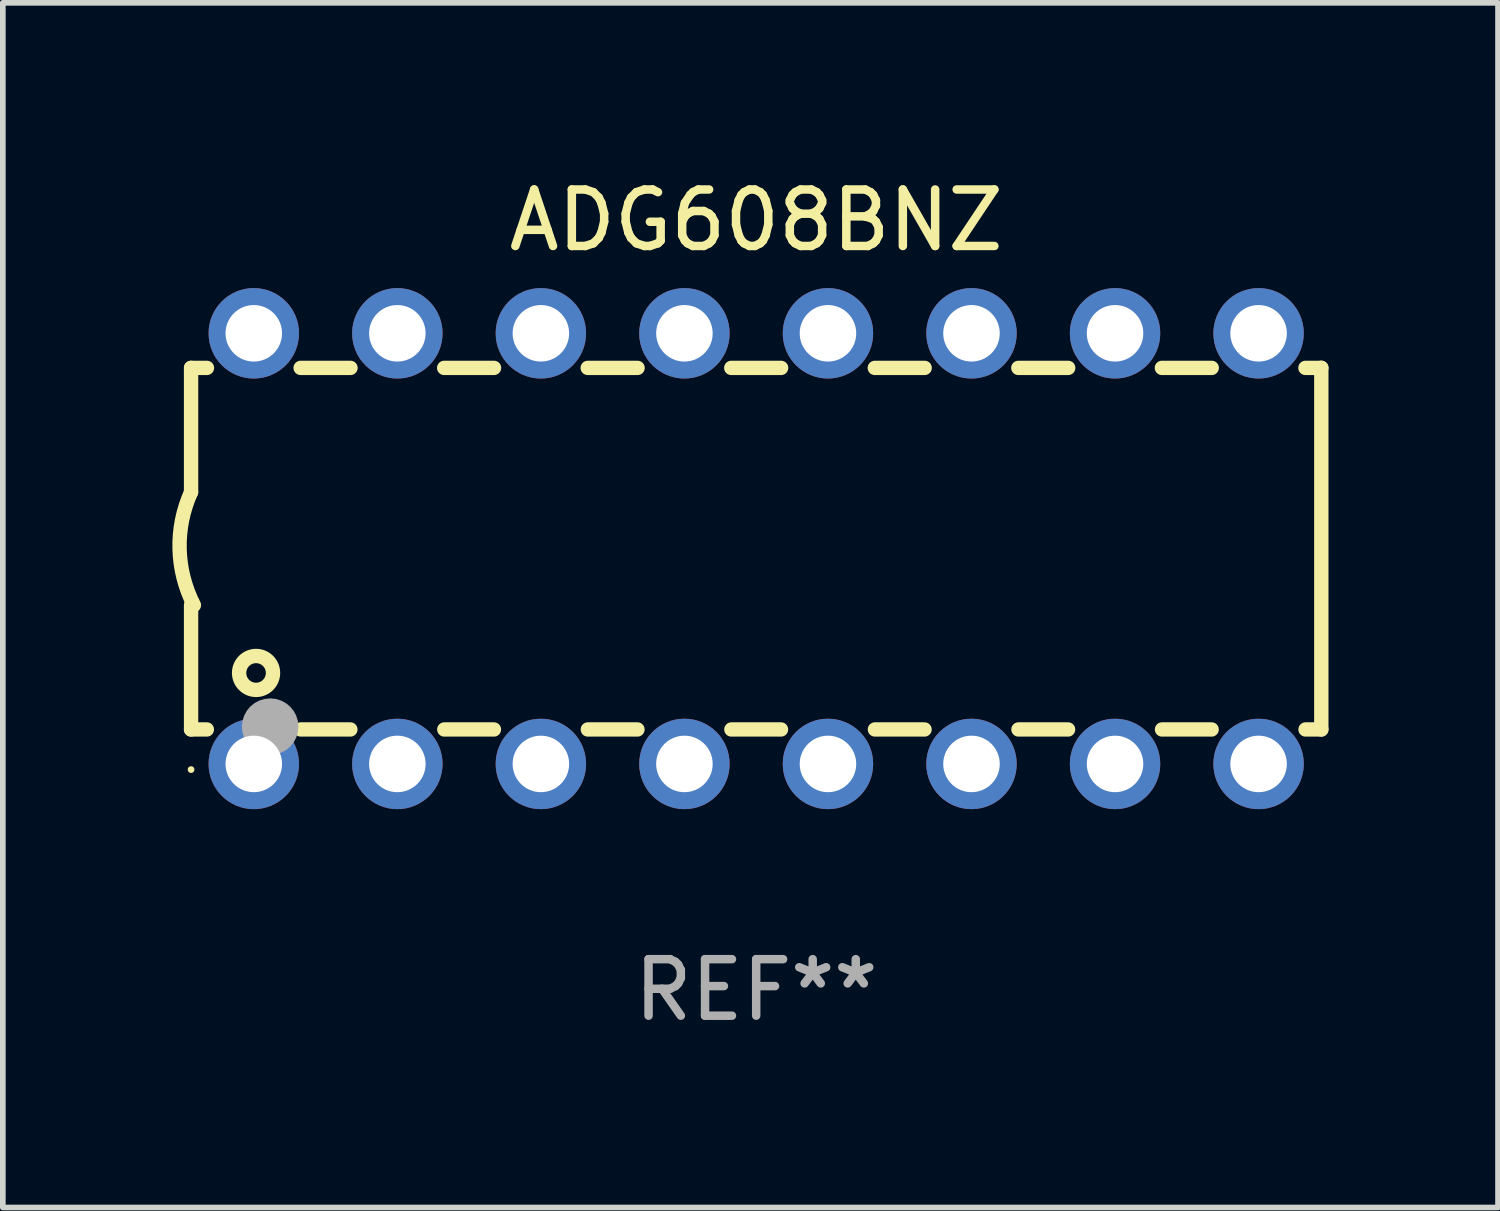
<source format=kicad_pcb>
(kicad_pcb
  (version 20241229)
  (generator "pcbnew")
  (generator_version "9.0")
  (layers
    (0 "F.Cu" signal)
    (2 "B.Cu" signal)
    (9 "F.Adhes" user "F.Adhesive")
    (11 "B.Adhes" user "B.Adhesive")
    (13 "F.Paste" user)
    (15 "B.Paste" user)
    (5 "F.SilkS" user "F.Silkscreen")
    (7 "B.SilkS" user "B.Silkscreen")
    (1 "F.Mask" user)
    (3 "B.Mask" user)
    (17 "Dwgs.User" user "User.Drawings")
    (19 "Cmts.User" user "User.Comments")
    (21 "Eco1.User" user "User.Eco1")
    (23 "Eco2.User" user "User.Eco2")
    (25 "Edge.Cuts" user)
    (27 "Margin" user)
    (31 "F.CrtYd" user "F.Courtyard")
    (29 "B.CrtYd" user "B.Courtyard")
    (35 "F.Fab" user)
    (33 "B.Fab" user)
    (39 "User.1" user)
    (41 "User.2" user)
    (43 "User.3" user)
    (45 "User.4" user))
  (footprint "ADG608BNZ"
    (layer "F.Cu")
    (at 10.331 6.658)
    (property "Reference" "ADG608BNZ" (at 0 -5.81 0) (layer "F.SilkS") (effects (font (size 1 1) (thickness 0.15))))
    (attr through_hole)
    (fp_line (start -10 -3.198) (end -9.719 -3.198) (stroke (width 0.254) (type solid)) (layer "F.SilkS"))
    (fp_line (start -10 -0.998) (end -10 -3.198) (stroke (width 0.254) (type solid)) (layer "F.SilkS"))
    (fp_line (start -10 3.2) (end -10 1) (stroke (width 0.254) (type solid)) (layer "F.SilkS"))
    (fp_line (start -10 3.2) (end -9.721 3.2) (stroke (width 0.254) (type solid)) (layer "F.SilkS"))
    (fp_line (start -8.061 -3.198) (end -7.179 -3.198) (stroke (width 0.254) (type solid)) (layer "F.SilkS"))
    (fp_line (start -8.059 3.2) (end -7.181 3.2) (stroke (width 0.254) (type solid)) (layer "F.SilkS"))
    (fp_line (start -5.521 -3.198) (end -4.639 -3.198) (stroke (width 0.254) (type solid)) (layer "F.SilkS"))
    (fp_line (start -5.519 3.2) (end -4.641 3.2) (stroke (width 0.254) (type solid)) (layer "F.SilkS"))
    (fp_line (start -2.981 -3.198) (end -2.099 -3.198) (stroke (width 0.254) (type solid)) (layer "F.SilkS"))
    (fp_line (start -2.979 3.2) (end -2.101 3.2) (stroke (width 0.254) (type solid)) (layer "F.SilkS"))
    (fp_line (start -0.441 -3.198) (end 0.441 -3.198) (stroke (width 0.254) (type solid)) (layer "F.SilkS"))
    (fp_line (start -0.439 3.2) (end 0.439 3.2) (stroke (width 0.254) (type solid)) (layer "F.SilkS"))
    (fp_line (start 2.099 -3.198) (end 2.981 -3.198) (stroke (width 0.254) (type solid)) (layer "F.SilkS"))
    (fp_line (start 2.101 3.2) (end 2.979 3.2) (stroke (width 0.254) (type solid)) (layer "F.SilkS"))
    (fp_line (start 4.639 -3.198) (end 5.521 -3.198) (stroke (width 0.254) (type solid)) (layer "F.SilkS"))
    (fp_line (start 4.641 3.2) (end 5.519 3.2) (stroke (width 0.254) (type solid)) (layer "F.SilkS"))
    (fp_line (start 7.179 -3.198) (end 8.061 -3.198) (stroke (width 0.254) (type solid)) (layer "F.SilkS"))
    (fp_line (start 7.181 3.2) (end 8.059 3.2) (stroke (width 0.254) (type solid)) (layer "F.SilkS"))
    (fp_line (start 9.719 -3.198) (end 10 -3.198) (stroke (width 0.254) (type solid)) (layer "F.SilkS"))
    (fp_line (start 9.721 3.2) (end 10 3.2) (stroke (width 0.254) (type solid)) (layer "F.SilkS"))
    (fp_line (start 10 3.2) (end 10 -3.2) (stroke (width 0.254) (type solid)) (layer "F.SilkS"))
    (fp_arc (start -9.949962 1) (mid -10.203153 0.005709) (end -10 -1) (stroke (width 0.254001) (type solid)) (layer "F.SilkS"))
    (fp_circle (center -10 3.91) (end -9.97 3.91) (stroke (width 0.06) (type solid)) (fill no) (layer "F.SilkS"))
    (fp_circle (center -8.85 2.2) (end -8.55 2.2) (stroke (width 0.254) (type solid)) (fill no) (layer "F.SilkS"))
    (fp_circle (center -8.6 3.15) (end -8.35 3.15) (stroke (width 0.5) (type solid)) (fill no) (layer "F.Fab"))
    (fp_text user "REF**" (at 0 7.81 0) (layer "F.Fab") (effects (font (size 1 1) (thickness 0.15))))
    (pad "1" thru_hole circle (at -8.89 3.81) (size 1.6 1.6) (drill 1) (layers "*.Cu" "*.Mask"))
    (pad "2" thru_hole circle (at -6.35 3.81) (size 1.6 1.6) (drill 1) (layers "*.Cu" "*.Mask"))
    (pad "3" thru_hole circle (at -3.81 3.81) (size 1.6 1.6) (drill 1) (layers "*.Cu" "*.Mask"))
    (pad "4" thru_hole circle (at -1.27 3.81) (size 1.6 1.6) (drill 1) (layers "*.Cu" "*.Mask"))
    (pad "5" thru_hole circle (at 1.27 3.81) (size 1.6 1.6) (drill 1) (layers "*.Cu" "*.Mask"))
    (pad "6" thru_hole circle (at 3.81 3.81) (size 1.6 1.6) (drill 1) (layers "*.Cu" "*.Mask"))
    (pad "7" thru_hole circle (at 6.35 3.81) (size 1.6 1.6) (drill 1) (layers "*.Cu" "*.Mask"))
    (pad "8" thru_hole circle (at 8.89 3.81) (size 1.6 1.6) (drill 1) (layers "*.Cu" "*.Mask"))
    (pad "9" thru_hole circle (at 8.89 -3.81) (size 1.6 1.6) (drill 1) (layers "*.Cu" "*.Mask"))
    (pad "10" thru_hole circle (at 6.35 -3.81) (size 1.6 1.6) (drill 1) (layers "*.Cu" "*.Mask"))
    (pad "11" thru_hole circle (at 3.81 -3.81) (size 1.6 1.6) (drill 1) (layers "*.Cu" "*.Mask"))
    (pad "12" thru_hole circle (at 1.27 -3.81) (size 1.6 1.6) (drill 1) (layers "*.Cu" "*.Mask"))
    (pad "13" thru_hole circle (at -1.27 -3.81) (size 1.6 1.6) (drill 1) (layers "*.Cu" "*.Mask"))
    (pad "14" thru_hole circle (at -3.81 -3.81) (size 1.6 1.6) (drill 1) (layers "*.Cu" "*.Mask"))
    (pad "15" thru_hole circle (at -6.35 -3.81) (size 1.6 1.6) (drill 1) (layers "*.Cu" "*.Mask"))
    (pad "16" thru_hole circle (at -8.89 -3.81) (size 1.6 1.6) (drill 1) (layers "*.Cu" "*.Mask")))
  (gr_rect
    (start -3 -3)
    (end 23.458 18.317)
    (stroke (width 0.1) (type default))
    (fill no)
    (layer "Edge.Cuts")))
</source>
